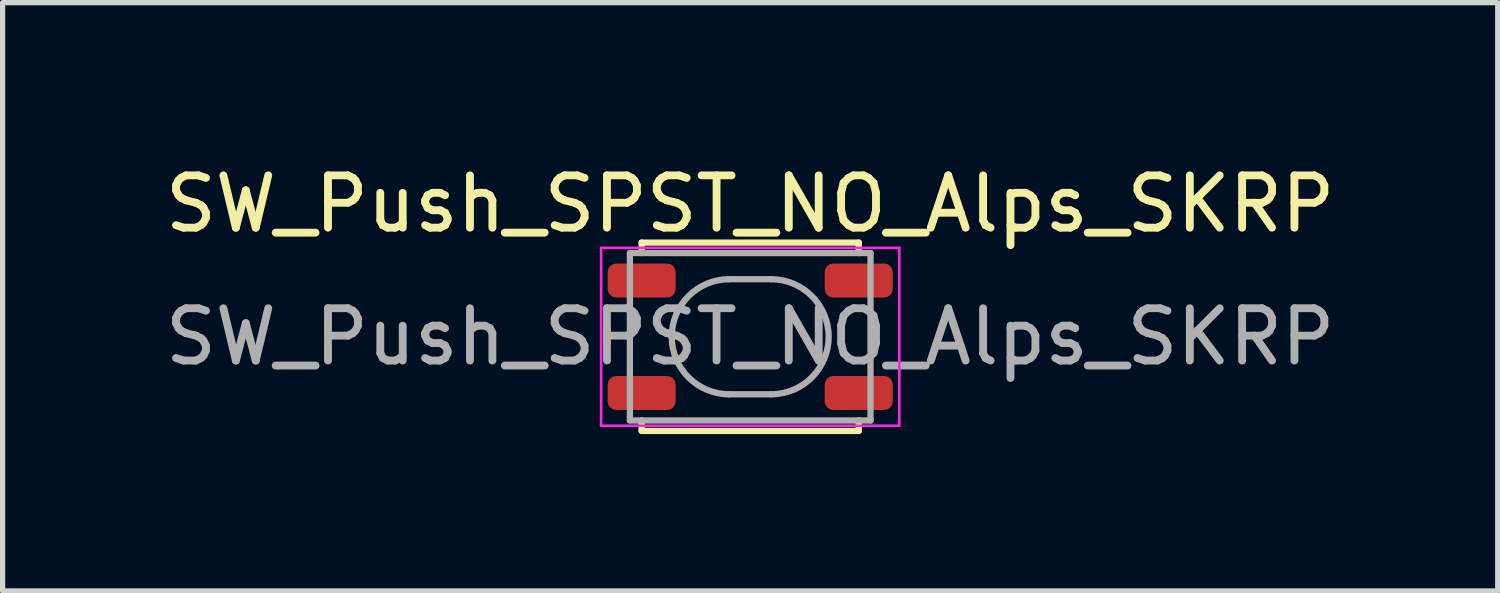
<source format=kicad_pcb>
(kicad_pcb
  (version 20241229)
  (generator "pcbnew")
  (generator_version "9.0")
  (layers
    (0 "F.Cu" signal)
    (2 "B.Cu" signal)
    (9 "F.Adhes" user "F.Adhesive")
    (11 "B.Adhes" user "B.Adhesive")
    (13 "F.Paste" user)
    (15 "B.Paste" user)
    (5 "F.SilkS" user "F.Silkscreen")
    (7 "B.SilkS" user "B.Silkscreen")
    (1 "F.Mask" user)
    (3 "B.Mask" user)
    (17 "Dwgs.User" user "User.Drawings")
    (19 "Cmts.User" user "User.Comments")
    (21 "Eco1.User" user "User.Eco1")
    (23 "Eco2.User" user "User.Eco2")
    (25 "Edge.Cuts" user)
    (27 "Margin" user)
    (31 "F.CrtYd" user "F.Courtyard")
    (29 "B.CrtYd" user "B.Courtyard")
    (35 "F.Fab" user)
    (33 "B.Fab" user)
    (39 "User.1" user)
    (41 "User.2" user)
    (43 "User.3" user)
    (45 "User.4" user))
  (footprint "SW_Push_SPST_NO_Alps_SKRP"
    (layer "F.Cu")
    (at 11.292 3.388)
    (property "Reference" "SW_Push_SPST_NO_Alps_SKRP" (at 0 -2.54 0) (layer "F.SilkS") (effects (font (size 1 1) (thickness 0.15))))
    (attr through_hole)
    (fp_line (start -2.075 -1.8) (end -2.075 -1.6) (stroke (width 0.12) (type solid)) (layer "F.SilkS"))
    (fp_line (start -2.075 -1.8) (end 2.075 -1.8) (stroke (width 0.12) (type solid)) (layer "F.SilkS"))
    (fp_line (start -2.075 1.8) (end -2.075 1.6) (stroke (width 0.12) (type solid)) (layer "F.SilkS"))
    (fp_line (start 2.075 -1.8) (end 2.075 -1.6) (stroke (width 0.12) (type solid)) (layer "F.SilkS"))
    (fp_line (start 2.075 1.8) (end -2.075 1.8) (stroke (width 0.12) (type solid)) (layer "F.SilkS"))
    (fp_line (start 2.075 1.8) (end 2.075 1.6) (stroke (width 0.12) (type solid)) (layer "F.SilkS"))
    (fp_line (start -2.85 -1.7) (end 2.85 -1.7) (stroke (width 0.05) (type solid)) (layer "F.CrtYd"))
    (fp_line (start -2.85 1.7) (end -2.85 -1.7) (stroke (width 0.05) (type solid)) (layer "F.CrtYd"))
    (fp_line (start 2.85 -1.7) (end 2.85 1.7) (stroke (width 0.05) (type solid)) (layer "F.CrtYd"))
    (fp_line (start 2.85 1.7) (end -2.85 1.7) (stroke (width 0.05) (type solid)) (layer "F.CrtYd"))
    (fp_line (start -2.3 -1.6) (end -2.3 1.6) (stroke (width 0.12) (type solid)) (layer "F.Fab"))
    (fp_line (start -2.3 -1.6) (end 2.3 -1.6) (stroke (width 0.12) (type solid)) (layer "F.Fab"))
    (fp_line (start -0.4 -1.1) (end 0.4 -1.1) (stroke (width 0.12) (type solid)) (layer "F.Fab"))
    (fp_line (start -0.4 1.1) (end 0.4 1.1) (stroke (width 0.12) (type solid)) (layer "F.Fab"))
    (fp_line (start 2.3 -1.6) (end 2.3 1.6) (stroke (width 0.12) (type solid)) (layer "F.Fab"))
    (fp_line (start 2.3 1.6) (end -2.3 1.6) (stroke (width 0.12) (type solid)) (layer "F.Fab"))
    (fp_arc (start -0.4 1.1) (mid -1.5 0) (end -0.4 -1.1) (stroke (width 0.12) (type solid)) (layer "F.Fab"))
    (fp_arc (start 0.4 -1.1) (mid 1.5 0) (end 0.4 1.1) (stroke (width 0.12) (type solid)) (layer "F.Fab"))
    (fp_text user "${REFERENCE}" (at 0 0 0) (layer "F.Fab") (effects (font (size 1 1) (thickness 0.15))))
    (pad "1" smd roundrect (at -2.075 -1.075) (size 1.3 0.65) (layers "F.Cu" "F.Mask" "F.Paste") (roundrect_rratio 0.25))
    (pad "1" smd roundrect (at 2.075 -1.075) (size 1.3 0.65) (layers "F.Cu" "F.Mask" "F.Paste") (roundrect_rratio 0.25))
    (pad "2" smd roundrect (at -2.075 1.075 180) (size 1.3 0.65) (layers "F.Cu" "F.Mask" "F.Paste") (roundrect_rratio 0.25))
    (pad "2" smd roundrect (at 2.075 1.075 180) (size 1.3 0.65) (layers "F.Cu" "F.Mask" "F.Paste") (roundrect_rratio 0.25)))
  (gr_rect
    (start -3 -3)
    (end 25.583 8.248)
    (stroke (width 0.1) (type default))
    (fill no)
    (layer "Edge.Cuts")))
</source>
